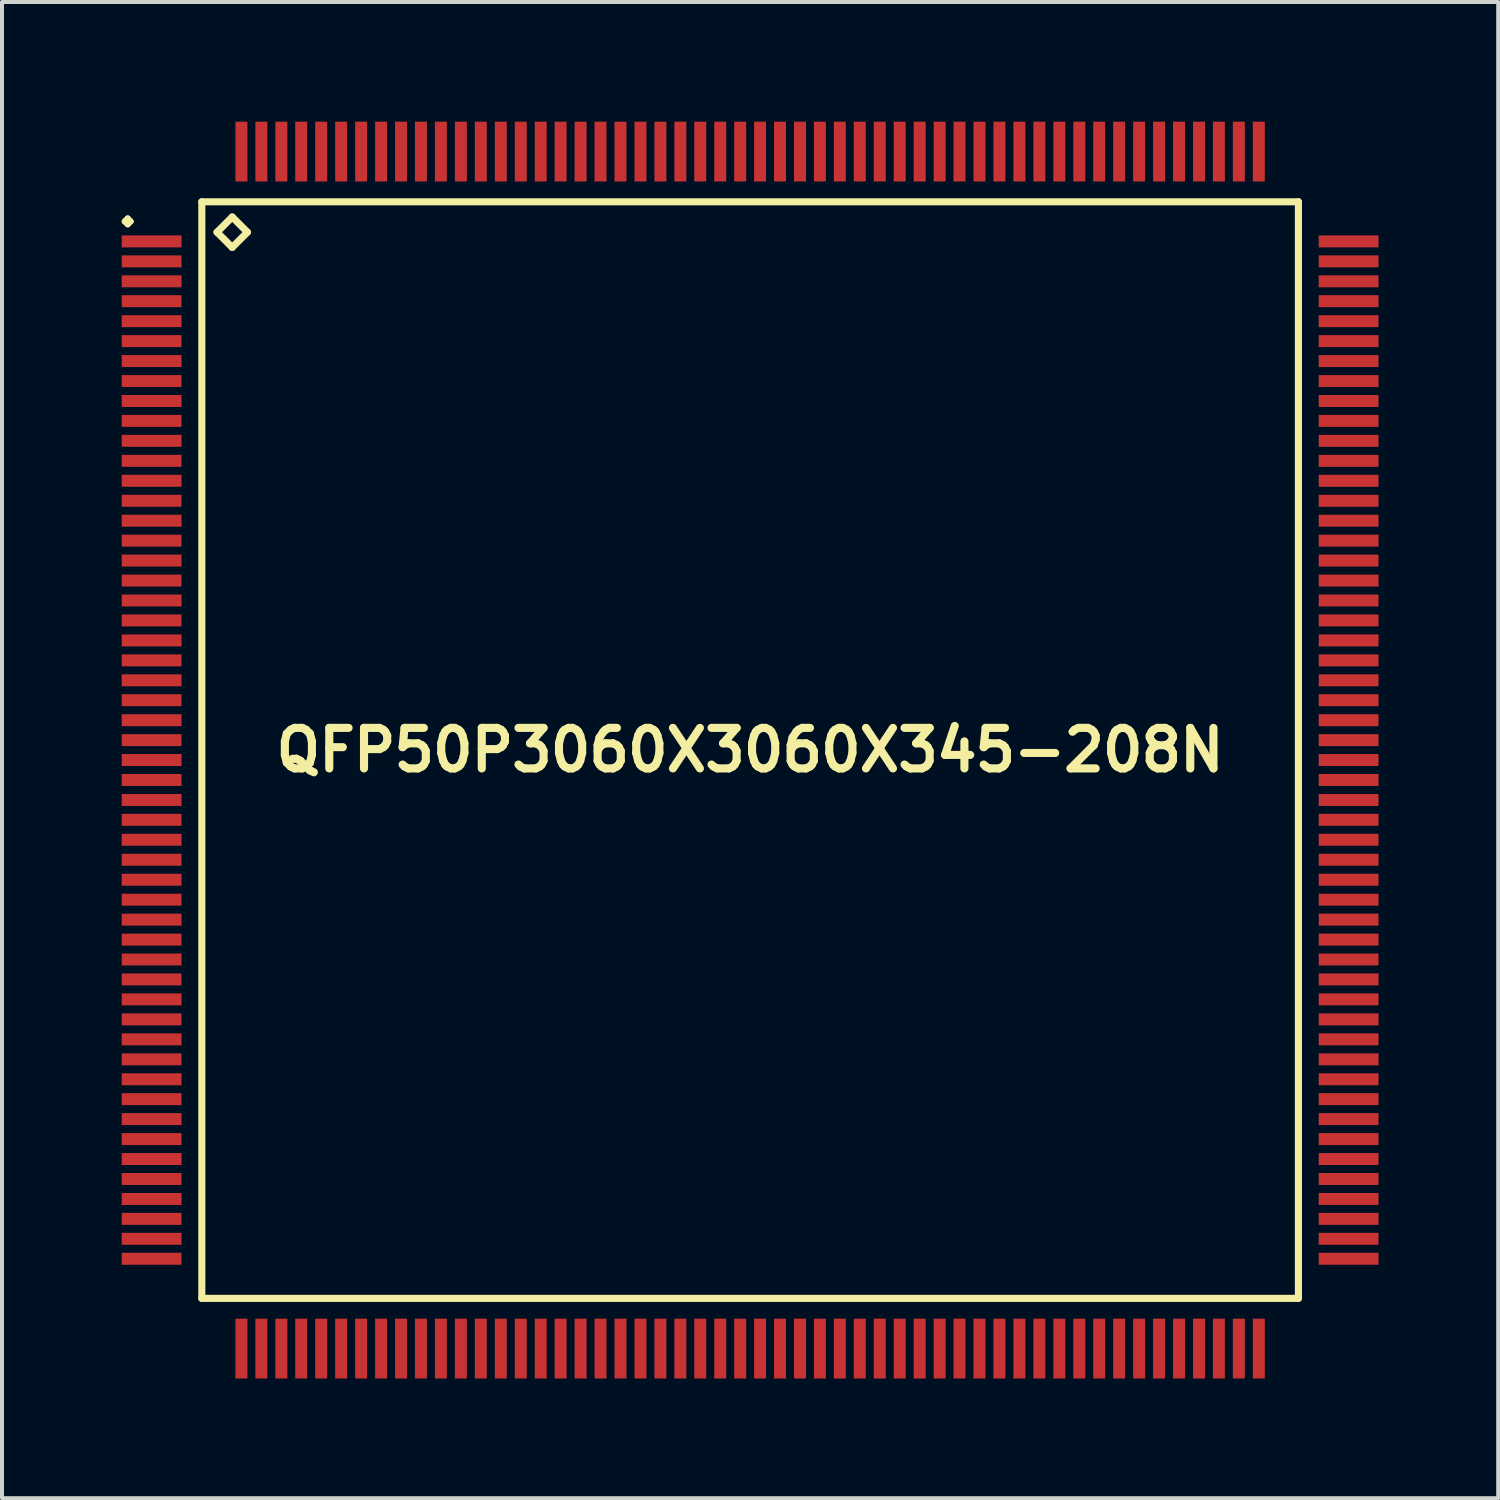
<source format=kicad_pcb>
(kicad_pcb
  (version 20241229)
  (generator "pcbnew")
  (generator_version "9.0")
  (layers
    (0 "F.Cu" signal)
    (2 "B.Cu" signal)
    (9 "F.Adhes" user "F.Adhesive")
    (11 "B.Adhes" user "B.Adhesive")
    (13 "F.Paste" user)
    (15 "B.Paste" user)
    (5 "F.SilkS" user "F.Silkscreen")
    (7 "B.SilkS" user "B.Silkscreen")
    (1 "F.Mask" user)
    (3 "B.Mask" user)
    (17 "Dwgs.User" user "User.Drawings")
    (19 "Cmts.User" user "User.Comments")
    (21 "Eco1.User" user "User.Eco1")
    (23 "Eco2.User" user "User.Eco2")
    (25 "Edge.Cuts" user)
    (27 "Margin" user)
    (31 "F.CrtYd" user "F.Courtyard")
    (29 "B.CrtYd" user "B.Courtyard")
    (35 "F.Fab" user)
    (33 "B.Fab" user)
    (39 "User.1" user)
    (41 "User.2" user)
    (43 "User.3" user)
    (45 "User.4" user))
  (footprint "QFP50P3060X3060X345-208N"
    (layer "F.Cu")
    (at 15.749 15.748)
    (property "Reference" "QFP50P3060X3060X345-208N" (at 0 0 0) (layer "F.SilkS") (effects (font (size 1.016 1.016) (thickness 0.203))))
    (attr smd)
    (fp_line (start -15.674 -13.249) (end -15.598 -13.325) (stroke (width 0.15) (type solid)) (layer "F.SilkS"))
    (fp_line (start -15.598 -13.325) (end -15.524 -13.249) (stroke (width 0.15) (type solid)) (layer "F.SilkS"))
    (fp_line (start -15.598 -13.175) (end -15.674 -13.249) (stroke (width 0.15) (type solid)) (layer "F.SilkS"))
    (fp_line (start -15.524 -13.249) (end -15.598 -13.175) (stroke (width 0.15) (type solid)) (layer "F.SilkS"))
    (fp_line (start -13.741 -13.741) (end -13.741 13.741) (stroke (width 0.178) (type solid)) (layer "F.SilkS"))
    (fp_line (start -13.741 13.741) (end 13.741 13.741) (stroke (width 0.178) (type solid)) (layer "F.SilkS"))
    (fp_line (start -13.36 -12.979) (end -12.979 -13.36) (stroke (width 0.178) (type solid)) (layer "F.SilkS"))
    (fp_line (start -12.979 -13.36) (end -12.598 -12.979) (stroke (width 0.178) (type solid)) (layer "F.SilkS"))
    (fp_line (start -12.979 -12.598) (end -13.36 -12.979) (stroke (width 0.178) (type solid)) (layer "F.SilkS"))
    (fp_line (start -12.598 -12.979) (end -12.979 -12.598) (stroke (width 0.178) (type solid)) (layer "F.SilkS"))
    (fp_line (start 13.741 -13.741) (end -13.741 -13.741) (stroke (width 0.178) (type solid)) (layer "F.SilkS"))
    (fp_line (start 13.741 13.741) (end 13.741 -13.741) (stroke (width 0.178) (type solid)) (layer "F.SilkS"))
    (pad "1" smd rect (at -14.999 -12.748) (size 1.499 0.3) (layers "F.Cu" "F.Mask" "F.Paste"))
    (pad "2" smd rect (at -14.999 -12.248) (size 1.499 0.3) (layers "F.Cu" "F.Mask" "F.Paste"))
    (pad "3" smd rect (at -14.999 -11.748) (size 1.499 0.3) (layers "F.Cu" "F.Mask" "F.Paste"))
    (pad "4" smd rect (at -14.999 -11.25) (size 1.499 0.3) (layers "F.Cu" "F.Mask" "F.Paste"))
    (pad "5" smd rect (at -14.999 -10.749) (size 1.499 0.3) (layers "F.Cu" "F.Mask" "F.Paste"))
    (pad "6" smd rect (at -14.999 -10.249) (size 1.499 0.3) (layers "F.Cu" "F.Mask" "F.Paste"))
    (pad "7" smd rect (at -14.999 -9.749) (size 1.499 0.3) (layers "F.Cu" "F.Mask" "F.Paste"))
    (pad "8" smd rect (at -14.999 -9.248) (size 1.499 0.3) (layers "F.Cu" "F.Mask" "F.Paste"))
    (pad "9" smd rect (at -14.999 -8.748) (size 1.499 0.3) (layers "F.Cu" "F.Mask" "F.Paste"))
    (pad "10" smd rect (at -14.999 -8.25) (size 1.499 0.3) (layers "F.Cu" "F.Mask" "F.Paste"))
    (pad "11" smd rect (at -14.999 -7.75) (size 1.499 0.3) (layers "F.Cu" "F.Mask" "F.Paste"))
    (pad "12" smd rect (at -14.999 -7.249) (size 1.499 0.3) (layers "F.Cu" "F.Mask" "F.Paste"))
    (pad "13" smd rect (at -14.999 -6.749) (size 1.499 0.3) (layers "F.Cu" "F.Mask" "F.Paste"))
    (pad "14" smd rect (at -14.999 -6.248) (size 1.499 0.3) (layers "F.Cu" "F.Mask" "F.Paste"))
    (pad "15" smd rect (at -14.999 -5.748) (size 1.499 0.3) (layers "F.Cu" "F.Mask" "F.Paste"))
    (pad "16" smd rect (at -14.999 -5.248) (size 1.499 0.3) (layers "F.Cu" "F.Mask" "F.Paste"))
    (pad "17" smd rect (at -14.999 -4.75) (size 1.499 0.3) (layers "F.Cu" "F.Mask" "F.Paste"))
    (pad "18" smd rect (at -14.999 -4.249) (size 1.499 0.3) (layers "F.Cu" "F.Mask" "F.Paste"))
    (pad "19" smd rect (at -14.999 -3.749) (size 1.499 0.3) (layers "F.Cu" "F.Mask" "F.Paste"))
    (pad "20" smd rect (at -14.999 -3.249) (size 1.499 0.3) (layers "F.Cu" "F.Mask" "F.Paste"))
    (pad "21" smd rect (at -14.999 -2.748) (size 1.499 0.3) (layers "F.Cu" "F.Mask" "F.Paste"))
    (pad "22" smd rect (at -14.999 -2.248) (size 1.499 0.3) (layers "F.Cu" "F.Mask" "F.Paste"))
    (pad "23" smd rect (at -14.999 -1.748) (size 1.499 0.3) (layers "F.Cu" "F.Mask" "F.Paste"))
    (pad "24" smd rect (at -14.999 -1.25) (size 1.499 0.3) (layers "F.Cu" "F.Mask" "F.Paste"))
    (pad "25" smd rect (at -14.999 -0.749) (size 1.499 0.3) (layers "F.Cu" "F.Mask" "F.Paste"))
    (pad "26" smd rect (at -14.999 -0.249) (size 1.499 0.3) (layers "F.Cu" "F.Mask" "F.Paste"))
    (pad "27" smd rect (at -14.999 0.249) (size 1.499 0.3) (layers "F.Cu" "F.Mask" "F.Paste"))
    (pad "28" smd rect (at -14.999 0.749) (size 1.499 0.3) (layers "F.Cu" "F.Mask" "F.Paste"))
    (pad "29" smd rect (at -14.999 1.25) (size 1.499 0.3) (layers "F.Cu" "F.Mask" "F.Paste"))
    (pad "30" smd rect (at -14.999 1.748) (size 1.499 0.3) (layers "F.Cu" "F.Mask" "F.Paste"))
    (pad "31" smd rect (at -14.999 2.248) (size 1.499 0.3) (layers "F.Cu" "F.Mask" "F.Paste"))
    (pad "32" smd rect (at -14.999 2.748) (size 1.499 0.3) (layers "F.Cu" "F.Mask" "F.Paste"))
    (pad "33" smd rect (at -14.999 3.249) (size 1.499 0.3) (layers "F.Cu" "F.Mask" "F.Paste"))
    (pad "34" smd rect (at -14.999 3.749) (size 1.499 0.3) (layers "F.Cu" "F.Mask" "F.Paste"))
    (pad "35" smd rect (at -14.999 4.249) (size 1.499 0.3) (layers "F.Cu" "F.Mask" "F.Paste"))
    (pad "36" smd rect (at -14.999 4.75) (size 1.499 0.3) (layers "F.Cu" "F.Mask" "F.Paste"))
    (pad "37" smd rect (at -14.999 5.248) (size 1.499 0.3) (layers "F.Cu" "F.Mask" "F.Paste"))
    (pad "38" smd rect (at -14.999 5.748) (size 1.499 0.3) (layers "F.Cu" "F.Mask" "F.Paste"))
    (pad "39" smd rect (at -14.999 6.248) (size 1.499 0.3) (layers "F.Cu" "F.Mask" "F.Paste"))
    (pad "40" smd rect (at -14.999 6.749) (size 1.499 0.3) (layers "F.Cu" "F.Mask" "F.Paste"))
    (pad "41" smd rect (at -14.999 7.249) (size 1.499 0.3) (layers "F.Cu" "F.Mask" "F.Paste"))
    (pad "42" smd rect (at -14.999 7.75) (size 1.499 0.3) (layers "F.Cu" "F.Mask" "F.Paste"))
    (pad "43" smd rect (at -14.999 8.25) (size 1.499 0.3) (layers "F.Cu" "F.Mask" "F.Paste"))
    (pad "44" smd rect (at -14.999 8.748) (size 1.499 0.3) (layers "F.Cu" "F.Mask" "F.Paste"))
    (pad "45" smd rect (at -14.999 9.248) (size 1.499 0.3) (layers "F.Cu" "F.Mask" "F.Paste"))
    (pad "46" smd rect (at -14.999 9.749) (size 1.499 0.3) (layers "F.Cu" "F.Mask" "F.Paste"))
    (pad "47" smd rect (at -14.999 10.249) (size 1.499 0.3) (layers "F.Cu" "F.Mask" "F.Paste"))
    (pad "48" smd rect (at -14.999 10.749) (size 1.499 0.3) (layers "F.Cu" "F.Mask" "F.Paste"))
    (pad "49" smd rect (at -14.999 11.25) (size 1.499 0.3) (layers "F.Cu" "F.Mask" "F.Paste"))
    (pad "50" smd rect (at -14.999 11.748) (size 1.499 0.3) (layers "F.Cu" "F.Mask" "F.Paste"))
    (pad "51" smd rect (at -14.999 12.248) (size 1.499 0.3) (layers "F.Cu" "F.Mask" "F.Paste"))
    (pad "52" smd rect (at -14.999 12.748) (size 1.499 0.3) (layers "F.Cu" "F.Mask" "F.Paste"))
    (pad "53" smd rect (at -12.748 14.999) (size 0.3 1.499) (layers "F.Cu" "F.Mask" "F.Paste"))
    (pad "54" smd rect (at -12.248 14.999) (size 0.3 1.499) (layers "F.Cu" "F.Mask" "F.Paste"))
    (pad "55" smd rect (at -11.748 14.999) (size 0.3 1.499) (layers "F.Cu" "F.Mask" "F.Paste"))
    (pad "56" smd rect (at -11.25 14.999) (size 0.3 1.499) (layers "F.Cu" "F.Mask" "F.Paste"))
    (pad "57" smd rect (at -10.749 14.999) (size 0.3 1.499) (layers "F.Cu" "F.Mask" "F.Paste"))
    (pad "58" smd rect (at -10.249 14.999) (size 0.3 1.499) (layers "F.Cu" "F.Mask" "F.Paste"))
    (pad "59" smd rect (at -9.749 14.999) (size 0.3 1.499) (layers "F.Cu" "F.Mask" "F.Paste"))
    (pad "60" smd rect (at -9.248 14.999) (size 0.3 1.499) (layers "F.Cu" "F.Mask" "F.Paste"))
    (pad "61" smd rect (at -8.748 14.999) (size 0.3 1.499) (layers "F.Cu" "F.Mask" "F.Paste"))
    (pad "62" smd rect (at -8.25 14.999) (size 0.3 1.499) (layers "F.Cu" "F.Mask" "F.Paste"))
    (pad "63" smd rect (at -7.75 14.999) (size 0.3 1.499) (layers "F.Cu" "F.Mask" "F.Paste"))
    (pad "64" smd rect (at -7.249 14.999) (size 0.3 1.499) (layers "F.Cu" "F.Mask" "F.Paste"))
    (pad "65" smd rect (at -6.749 14.999) (size 0.3 1.499) (layers "F.Cu" "F.Mask" "F.Paste"))
    (pad "66" smd rect (at -6.248 14.999) (size 0.3 1.499) (layers "F.Cu" "F.Mask" "F.Paste"))
    (pad "67" smd rect (at -5.748 14.999) (size 0.3 1.499) (layers "F.Cu" "F.Mask" "F.Paste"))
    (pad "68" smd rect (at -5.248 14.999) (size 0.3 1.499) (layers "F.Cu" "F.Mask" "F.Paste"))
    (pad "69" smd rect (at -4.75 14.999) (size 0.3 1.499) (layers "F.Cu" "F.Mask" "F.Paste"))
    (pad "70" smd rect (at -4.249 14.999) (size 0.3 1.499) (layers "F.Cu" "F.Mask" "F.Paste"))
    (pad "71" smd rect (at -3.749 14.999) (size 0.3 1.499) (layers "F.Cu" "F.Mask" "F.Paste"))
    (pad "72" smd rect (at -3.249 14.999) (size 0.3 1.499) (layers "F.Cu" "F.Mask" "F.Paste"))
    (pad "73" smd rect (at -2.748 14.999) (size 0.3 1.499) (layers "F.Cu" "F.Mask" "F.Paste"))
    (pad "74" smd rect (at -2.248 14.999) (size 0.3 1.499) (layers "F.Cu" "F.Mask" "F.Paste"))
    (pad "75" smd rect (at -1.748 14.999) (size 0.3 1.499) (layers "F.Cu" "F.Mask" "F.Paste"))
    (pad "76" smd rect (at -1.25 14.999) (size 0.3 1.499) (layers "F.Cu" "F.Mask" "F.Paste"))
    (pad "77" smd rect (at -0.749 14.999) (size 0.3 1.499) (layers "F.Cu" "F.Mask" "F.Paste"))
    (pad "78" smd rect (at -0.249 14.999) (size 0.3 1.499) (layers "F.Cu" "F.Mask" "F.Paste"))
    (pad "79" smd rect (at 0.249 14.999) (size 0.3 1.499) (layers "F.Cu" "F.Mask" "F.Paste"))
    (pad "80" smd rect (at 0.749 14.999) (size 0.3 1.499) (layers "F.Cu" "F.Mask" "F.Paste"))
    (pad "81" smd rect (at 1.25 14.999) (size 0.3 1.499) (layers "F.Cu" "F.Mask" "F.Paste"))
    (pad "82" smd rect (at 1.748 14.999) (size 0.3 1.499) (layers "F.Cu" "F.Mask" "F.Paste"))
    (pad "83" smd rect (at 2.248 14.999) (size 0.3 1.499) (layers "F.Cu" "F.Mask" "F.Paste"))
    (pad "84" smd rect (at 2.748 14.999) (size 0.3 1.499) (layers "F.Cu" "F.Mask" "F.Paste"))
    (pad "85" smd rect (at 3.249 14.999) (size 0.3 1.499) (layers "F.Cu" "F.Mask" "F.Paste"))
    (pad "86" smd rect (at 3.749 14.999) (size 0.3 1.499) (layers "F.Cu" "F.Mask" "F.Paste"))
    (pad "87" smd rect (at 4.249 14.999) (size 0.3 1.499) (layers "F.Cu" "F.Mask" "F.Paste"))
    (pad "88" smd rect (at 4.75 14.999) (size 0.3 1.499) (layers "F.Cu" "F.Mask" "F.Paste"))
    (pad "89" smd rect (at 5.248 14.999) (size 0.3 1.499) (layers "F.Cu" "F.Mask" "F.Paste"))
    (pad "90" smd rect (at 5.748 14.999) (size 0.3 1.499) (layers "F.Cu" "F.Mask" "F.Paste"))
    (pad "91" smd rect (at 6.248 14.999) (size 0.3 1.499) (layers "F.Cu" "F.Mask" "F.Paste"))
    (pad "92" smd rect (at 6.749 14.999) (size 0.3 1.499) (layers "F.Cu" "F.Mask" "F.Paste"))
    (pad "93" smd rect (at 7.249 14.999) (size 0.3 1.499) (layers "F.Cu" "F.Mask" "F.Paste"))
    (pad "94" smd rect (at 7.75 14.999) (size 0.3 1.499) (layers "F.Cu" "F.Mask" "F.Paste"))
    (pad "95" smd rect (at 8.25 14.999) (size 0.3 1.499) (layers "F.Cu" "F.Mask" "F.Paste"))
    (pad "96" smd rect (at 8.748 14.999) (size 0.3 1.499) (layers "F.Cu" "F.Mask" "F.Paste"))
    (pad "97" smd rect (at 9.248 14.999) (size 0.3 1.499) (layers "F.Cu" "F.Mask" "F.Paste"))
    (pad "98" smd rect (at 9.749 14.999) (size 0.3 1.499) (layers "F.Cu" "F.Mask" "F.Paste"))
    (pad "99" smd rect (at 10.249 14.999) (size 0.3 1.499) (layers "F.Cu" "F.Mask" "F.Paste"))
    (pad "100" smd rect (at 10.749 14.999) (size 0.3 1.499) (layers "F.Cu" "F.Mask" "F.Paste"))
    (pad "101" smd rect (at 11.25 14.999) (size 0.3 1.499) (layers "F.Cu" "F.Mask" "F.Paste"))
    (pad "102" smd rect (at 11.748 14.999) (size 0.3 1.499) (layers "F.Cu" "F.Mask" "F.Paste"))
    (pad "103" smd rect (at 12.248 14.999) (size 0.3 1.499) (layers "F.Cu" "F.Mask" "F.Paste"))
    (pad "104" smd rect (at 12.748 14.999) (size 0.3 1.499) (layers "F.Cu" "F.Mask" "F.Paste"))
    (pad "105" smd rect (at 14.999 12.748) (size 1.499 0.3) (layers "F.Cu" "F.Mask" "F.Paste"))
    (pad "106" smd rect (at 14.999 12.248) (size 1.499 0.3) (layers "F.Cu" "F.Mask" "F.Paste"))
    (pad "107" smd rect (at 14.999 11.748) (size 1.499 0.3) (layers "F.Cu" "F.Mask" "F.Paste"))
    (pad "108" smd rect (at 14.999 11.25) (size 1.499 0.3) (layers "F.Cu" "F.Mask" "F.Paste"))
    (pad "109" smd rect (at 14.999 10.749) (size 1.499 0.3) (layers "F.Cu" "F.Mask" "F.Paste"))
    (pad "110" smd rect (at 14.999 10.249) (size 1.499 0.3) (layers "F.Cu" "F.Mask" "F.Paste"))
    (pad "111" smd rect (at 14.999 9.749) (size 1.499 0.3) (layers "F.Cu" "F.Mask" "F.Paste"))
    (pad "112" smd rect (at 14.999 9.248) (size 1.499 0.3) (layers "F.Cu" "F.Mask" "F.Paste"))
    (pad "113" smd rect (at 14.999 8.748) (size 1.499 0.3) (layers "F.Cu" "F.Mask" "F.Paste"))
    (pad "114" smd rect (at 14.999 8.25) (size 1.499 0.3) (layers "F.Cu" "F.Mask" "F.Paste"))
    (pad "115" smd rect (at 14.999 7.75) (size 1.499 0.3) (layers "F.Cu" "F.Mask" "F.Paste"))
    (pad "116" smd rect (at 14.999 7.249) (size 1.499 0.3) (layers "F.Cu" "F.Mask" "F.Paste"))
    (pad "117" smd rect (at 14.999 6.749) (size 1.499 0.3) (layers "F.Cu" "F.Mask" "F.Paste"))
    (pad "118" smd rect (at 14.999 6.248) (size 1.499 0.3) (layers "F.Cu" "F.Mask" "F.Paste"))
    (pad "119" smd rect (at 14.999 5.748) (size 1.499 0.3) (layers "F.Cu" "F.Mask" "F.Paste"))
    (pad "120" smd rect (at 14.999 5.248) (size 1.499 0.3) (layers "F.Cu" "F.Mask" "F.Paste"))
    (pad "121" smd rect (at 14.999 4.75) (size 1.499 0.3) (layers "F.Cu" "F.Mask" "F.Paste"))
    (pad "122" smd rect (at 14.999 4.249) (size 1.499 0.3) (layers "F.Cu" "F.Mask" "F.Paste"))
    (pad "123" smd rect (at 14.999 3.749) (size 1.499 0.3) (layers "F.Cu" "F.Mask" "F.Paste"))
    (pad "124" smd rect (at 14.999 3.249) (size 1.499 0.3) (layers "F.Cu" "F.Mask" "F.Paste"))
    (pad "125" smd rect (at 14.999 2.748) (size 1.499 0.3) (layers "F.Cu" "F.Mask" "F.Paste"))
    (pad "126" smd rect (at 14.999 2.248) (size 1.499 0.3) (layers "F.Cu" "F.Mask" "F.Paste"))
    (pad "127" smd rect (at 14.999 1.748) (size 1.499 0.3) (layers "F.Cu" "F.Mask" "F.Paste"))
    (pad "128" smd rect (at 14.999 1.25) (size 1.499 0.3) (layers "F.Cu" "F.Mask" "F.Paste"))
    (pad "129" smd rect (at 14.999 0.749) (size 1.499 0.3) (layers "F.Cu" "F.Mask" "F.Paste"))
    (pad "130" smd rect (at 14.999 0.249) (size 1.499 0.3) (layers "F.Cu" "F.Mask" "F.Paste"))
    (pad "131" smd rect (at 14.999 -0.249) (size 1.499 0.3) (layers "F.Cu" "F.Mask" "F.Paste"))
    (pad "132" smd rect (at 14.999 -0.749) (size 1.499 0.3) (layers "F.Cu" "F.Mask" "F.Paste"))
    (pad "133" smd rect (at 14.999 -1.25) (size 1.499 0.3) (layers "F.Cu" "F.Mask" "F.Paste"))
    (pad "134" smd rect (at 14.999 -1.748) (size 1.499 0.3) (layers "F.Cu" "F.Mask" "F.Paste"))
    (pad "135" smd rect (at 14.999 -2.248) (size 1.499 0.3) (layers "F.Cu" "F.Mask" "F.Paste"))
    (pad "136" smd rect (at 14.999 -2.748) (size 1.499 0.3) (layers "F.Cu" "F.Mask" "F.Paste"))
    (pad "137" smd rect (at 14.999 -3.249) (size 1.499 0.3) (layers "F.Cu" "F.Mask" "F.Paste"))
    (pad "138" smd rect (at 14.999 -3.749) (size 1.499 0.3) (layers "F.Cu" "F.Mask" "F.Paste"))
    (pad "139" smd rect (at 14.999 -4.249) (size 1.499 0.3) (layers "F.Cu" "F.Mask" "F.Paste"))
    (pad "140" smd rect (at 14.999 -4.75) (size 1.499 0.3) (layers "F.Cu" "F.Mask" "F.Paste"))
    (pad "141" smd rect (at 14.999 -5.248) (size 1.499 0.3) (layers "F.Cu" "F.Mask" "F.Paste"))
    (pad "142" smd rect (at 14.999 -5.748) (size 1.499 0.3) (layers "F.Cu" "F.Mask" "F.Paste"))
    (pad "143" smd rect (at 14.999 -6.248) (size 1.499 0.3) (layers "F.Cu" "F.Mask" "F.Paste"))
    (pad "144" smd rect (at 14.999 -6.749) (size 1.499 0.3) (layers "F.Cu" "F.Mask" "F.Paste"))
    (pad "145" smd rect (at 14.999 -7.249) (size 1.499 0.3) (layers "F.Cu" "F.Mask" "F.Paste"))
    (pad "146" smd rect (at 14.999 -7.75) (size 1.499 0.3) (layers "F.Cu" "F.Mask" "F.Paste"))
    (pad "147" smd rect (at 14.999 -8.25) (size 1.499 0.3) (layers "F.Cu" "F.Mask" "F.Paste"))
    (pad "148" smd rect (at 14.999 -8.748) (size 1.499 0.3) (layers "F.Cu" "F.Mask" "F.Paste"))
    (pad "149" smd rect (at 14.999 -9.248) (size 1.499 0.3) (layers "F.Cu" "F.Mask" "F.Paste"))
    (pad "150" smd rect (at 14.999 -9.749) (size 1.499 0.3) (layers "F.Cu" "F.Mask" "F.Paste"))
    (pad "151" smd rect (at 14.999 -10.249) (size 1.499 0.3) (layers "F.Cu" "F.Mask" "F.Paste"))
    (pad "152" smd rect (at 14.999 -10.749) (size 1.499 0.3) (layers "F.Cu" "F.Mask" "F.Paste"))
    (pad "153" smd rect (at 14.999 -11.25) (size 1.499 0.3) (layers "F.Cu" "F.Mask" "F.Paste"))
    (pad "154" smd rect (at 14.999 -11.748) (size 1.499 0.3) (layers "F.Cu" "F.Mask" "F.Paste"))
    (pad "155" smd rect (at 14.999 -12.248) (size 1.499 0.3) (layers "F.Cu" "F.Mask" "F.Paste"))
    (pad "156" smd rect (at 14.999 -12.748) (size 1.499 0.3) (layers "F.Cu" "F.Mask" "F.Paste"))
    (pad "157" smd rect (at 12.748 -14.999) (size 0.3 1.499) (layers "F.Cu" "F.Mask" "F.Paste"))
    (pad "158" smd rect (at 12.248 -14.999) (size 0.3 1.499) (layers "F.Cu" "F.Mask" "F.Paste"))
    (pad "159" smd rect (at 11.748 -14.999) (size 0.3 1.499) (layers "F.Cu" "F.Mask" "F.Paste"))
    (pad "160" smd rect (at 11.25 -14.999) (size 0.3 1.499) (layers "F.Cu" "F.Mask" "F.Paste"))
    (pad "161" smd rect (at 10.749 -14.999) (size 0.3 1.499) (layers "F.Cu" "F.Mask" "F.Paste"))
    (pad "162" smd rect (at 10.249 -14.999) (size 0.3 1.499) (layers "F.Cu" "F.Mask" "F.Paste"))
    (pad "163" smd rect (at 9.749 -14.999) (size 0.3 1.499) (layers "F.Cu" "F.Mask" "F.Paste"))
    (pad "164" smd rect (at 9.248 -14.999) (size 0.3 1.499) (layers "F.Cu" "F.Mask" "F.Paste"))
    (pad "165" smd rect (at 8.748 -14.999) (size 0.3 1.499) (layers "F.Cu" "F.Mask" "F.Paste"))
    (pad "166" smd rect (at 8.25 -14.999) (size 0.3 1.499) (layers "F.Cu" "F.Mask" "F.Paste"))
    (pad "167" smd rect (at 7.75 -14.999) (size 0.3 1.499) (layers "F.Cu" "F.Mask" "F.Paste"))
    (pad "168" smd rect (at 7.249 -14.999) (size 0.3 1.499) (layers "F.Cu" "F.Mask" "F.Paste"))
    (pad "169" smd rect (at 6.749 -14.999) (size 0.3 1.499) (layers "F.Cu" "F.Mask" "F.Paste"))
    (pad "170" smd rect (at 6.248 -14.999) (size 0.3 1.499) (layers "F.Cu" "F.Mask" "F.Paste"))
    (pad "171" smd rect (at 5.748 -14.999) (size 0.3 1.499) (layers "F.Cu" "F.Mask" "F.Paste"))
    (pad "172" smd rect (at 5.248 -14.999) (size 0.3 1.499) (layers "F.Cu" "F.Mask" "F.Paste"))
    (pad "173" smd rect (at 4.75 -14.999) (size 0.3 1.499) (layers "F.Cu" "F.Mask" "F.Paste"))
    (pad "174" smd rect (at 4.249 -14.999) (size 0.3 1.499) (layers "F.Cu" "F.Mask" "F.Paste"))
    (pad "175" smd rect (at 3.749 -14.999) (size 0.3 1.499) (layers "F.Cu" "F.Mask" "F.Paste"))
    (pad "176" smd rect (at 3.249 -14.999) (size 0.3 1.499) (layers "F.Cu" "F.Mask" "F.Paste"))
    (pad "177" smd rect (at 2.748 -14.999) (size 0.3 1.499) (layers "F.Cu" "F.Mask" "F.Paste"))
    (pad "178" smd rect (at 2.248 -14.999) (size 0.3 1.499) (layers "F.Cu" "F.Mask" "F.Paste"))
    (pad "179" smd rect (at 1.748 -14.999) (size 0.3 1.499) (layers "F.Cu" "F.Mask" "F.Paste"))
    (pad "180" smd rect (at 1.25 -14.999) (size 0.3 1.499) (layers "F.Cu" "F.Mask" "F.Paste"))
    (pad "181" smd rect (at 0.749 -14.999) (size 0.3 1.499) (layers "F.Cu" "F.Mask" "F.Paste"))
    (pad "182" smd rect (at 0.249 -14.999) (size 0.3 1.499) (layers "F.Cu" "F.Mask" "F.Paste"))
    (pad "183" smd rect (at -0.249 -14.999) (size 0.3 1.499) (layers "F.Cu" "F.Mask" "F.Paste"))
    (pad "184" smd rect (at -0.749 -14.999) (size 0.3 1.499) (layers "F.Cu" "F.Mask" "F.Paste"))
    (pad "185" smd rect (at -1.25 -14.999) (size 0.3 1.499) (layers "F.Cu" "F.Mask" "F.Paste"))
    (pad "186" smd rect (at -1.748 -14.999) (size 0.3 1.499) (layers "F.Cu" "F.Mask" "F.Paste"))
    (pad "187" smd rect (at -2.248 -14.999) (size 0.3 1.499) (layers "F.Cu" "F.Mask" "F.Paste"))
    (pad "188" smd rect (at -2.748 -14.999) (size 0.3 1.499) (layers "F.Cu" "F.Mask" "F.Paste"))
    (pad "189" smd rect (at -3.249 -14.999) (size 0.3 1.499) (layers "F.Cu" "F.Mask" "F.Paste"))
    (pad "190" smd rect (at -3.749 -14.999) (size 0.3 1.499) (layers "F.Cu" "F.Mask" "F.Paste"))
    (pad "191" smd rect (at -4.249 -14.999) (size 0.3 1.499) (layers "F.Cu" "F.Mask" "F.Paste"))
    (pad "192" smd rect (at -4.75 -14.999) (size 0.3 1.499) (layers "F.Cu" "F.Mask" "F.Paste"))
    (pad "193" smd rect (at -5.248 -14.999) (size 0.3 1.499) (layers "F.Cu" "F.Mask" "F.Paste"))
    (pad "194" smd rect (at -5.748 -14.999) (size 0.3 1.499) (layers "F.Cu" "F.Mask" "F.Paste"))
    (pad "195" smd rect (at -6.248 -14.999) (size 0.3 1.499) (layers "F.Cu" "F.Mask" "F.Paste"))
    (pad "196" smd rect (at -6.749 -14.999) (size 0.3 1.499) (layers "F.Cu" "F.Mask" "F.Paste"))
    (pad "197" smd rect (at -7.249 -14.999) (size 0.3 1.499) (layers "F.Cu" "F.Mask" "F.Paste"))
    (pad "198" smd rect (at -7.75 -14.999) (size 0.3 1.499) (layers "F.Cu" "F.Mask" "F.Paste"))
    (pad "199" smd rect (at -8.25 -14.999) (size 0.3 1.499) (layers "F.Cu" "F.Mask" "F.Paste"))
    (pad "200" smd rect (at -8.748 -14.999) (size 0.3 1.499) (layers "F.Cu" "F.Mask" "F.Paste"))
    (pad "201" smd rect (at -9.248 -14.999) (size 0.3 1.499) (layers "F.Cu" "F.Mask" "F.Paste"))
    (pad "202" smd rect (at -9.749 -14.999) (size 0.3 1.499) (layers "F.Cu" "F.Mask" "F.Paste"))
    (pad "203" smd rect (at -10.249 -14.999) (size 0.3 1.499) (layers "F.Cu" "F.Mask" "F.Paste"))
    (pad "204" smd rect (at -10.749 -14.999) (size 0.3 1.499) (layers "F.Cu" "F.Mask" "F.Paste"))
    (pad "205" smd rect (at -11.25 -14.999) (size 0.3 1.499) (layers "F.Cu" "F.Mask" "F.Paste"))
    (pad "206" smd rect (at -11.748 -14.999) (size 0.3 1.499) (layers "F.Cu" "F.Mask" "F.Paste"))
    (pad "207" smd rect (at -12.248 -14.999) (size 0.3 1.499) (layers "F.Cu" "F.Mask" "F.Paste"))
    (pad "208" smd rect (at -12.748 -14.999) (size 0.3 1.499) (layers "F.Cu" "F.Mask" "F.Paste")))
  (gr_rect
    (start -3 -3)
    (end 34.497 34.496)
    (stroke (width 0.1) (type default))
    (fill no)
    (layer "Edge.Cuts")))
</source>
